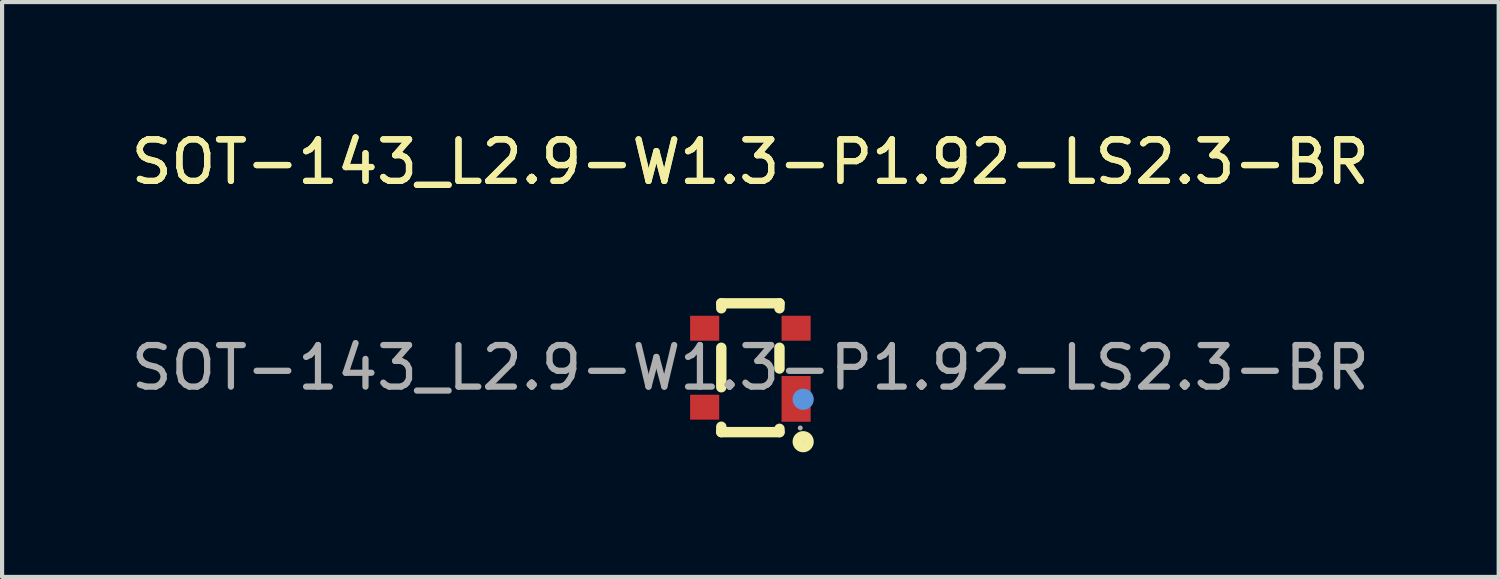
<source format=kicad_pcb>
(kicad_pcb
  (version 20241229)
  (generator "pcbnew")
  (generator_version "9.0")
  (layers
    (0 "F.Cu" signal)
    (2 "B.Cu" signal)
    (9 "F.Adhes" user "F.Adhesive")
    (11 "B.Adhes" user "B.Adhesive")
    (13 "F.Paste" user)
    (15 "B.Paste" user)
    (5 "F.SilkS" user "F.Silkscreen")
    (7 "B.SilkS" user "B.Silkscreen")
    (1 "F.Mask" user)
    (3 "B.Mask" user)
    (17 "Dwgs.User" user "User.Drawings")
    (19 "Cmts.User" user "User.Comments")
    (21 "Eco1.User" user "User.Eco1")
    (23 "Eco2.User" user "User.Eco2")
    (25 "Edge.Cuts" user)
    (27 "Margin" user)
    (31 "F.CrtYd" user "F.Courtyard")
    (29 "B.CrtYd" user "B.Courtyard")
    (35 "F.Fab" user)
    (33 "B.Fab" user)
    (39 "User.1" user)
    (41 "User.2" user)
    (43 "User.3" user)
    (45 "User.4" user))
  (footprint "SOT-143_L2.9-W1.3-P1.92-LS2.3-BR"
    (layer "F.Cu")
    (at 15.006 5.798)
    (property "Reference" "SOT-143_L2.9-W1.3-P1.92-LS2.3-BR" (at 0 -4.95 0) (layer "F.SilkS") (effects (font (size 1 1) (thickness 0.15))))
    (attr smd)
    (fp_line (start -0.7 -1.43) (end -0.7 -1.55) (stroke (width 0.25) (type solid)) (layer "F.SilkS"))
    (fp_line (start -0.7 0.47) (end -0.7 -0.48) (stroke (width 0.25) (type solid)) (layer "F.SilkS"))
    (fp_line (start -0.7 1.55) (end -0.7 1.42) (stroke (width 0.25) (type solid)) (layer "F.SilkS"))
    (fp_line (start 0.7 -1.55) (end -0.7 -1.55) (stroke (width 0.25) (type solid)) (layer "F.SilkS"))
    (fp_line (start 0.7 -1.43) (end 0.7 -1.55) (stroke (width 0.25) (type solid)) (layer "F.SilkS"))
    (fp_line (start 0.7 0.02) (end 0.7 -0.48) (stroke (width 0.25) (type solid)) (layer "F.SilkS"))
    (fp_line (start 0.7 1.55) (end -0.7 1.55) (stroke (width 0.25) (type solid)) (layer "F.SilkS"))
    (fp_line (start 0.7 1.55) (end 0.7 1.47) (stroke (width 0.25) (type solid)) (layer "F.SilkS"))
    (fp_circle (center 1.27 1.78) (end 1.4 1.78) (stroke (width 0.25) (type solid)) (fill no) (layer "F.SilkS"))
    (fp_circle (center 1.27 0.76) (end 1.4 0.76) (stroke (width 0.25) (type solid)) (fill no) (layer "Cmts.User"))
    (fp_circle (center 1.2 1.45) (end 1.23 1.45) (stroke (width 0.06) (type solid)) (fill no) (layer "F.Fab"))
    (fp_text user "${REFERENCE}" (at 0 -4.95 0) (layer "F.SilkS") (effects (font (size 1 1) (thickness 0.15))))
    (fp_text user "${REFERENCE}" (at 0 0 0) (layer "F.Fab") (effects (font (size 1 1) (thickness 0.15))))
    (pad "1" smd rect (at 1.1 0.75 90) (size 1.1 0.7) (layers "F.Cu" "F.Mask" "F.Paste"))
    (pad "2" smd rect (at 1.1 -0.95 90) (size 0.6 0.7) (layers "F.Cu" "F.Mask" "F.Paste"))
    (pad "3" smd rect (at -1.1 -0.95 90) (size 0.6 0.7) (layers "F.Cu" "F.Mask" "F.Paste"))
    (pad "4" smd rect (at -1.1 0.95 90) (size 0.6 0.7) (layers "F.Cu" "F.Mask" "F.Paste")))
  (gr_rect
    (start -3 -3)
    (end 33.012 10.833)
    (stroke (width 0.1) (type default))
    (fill no)
    (layer "Edge.Cuts")))
</source>
